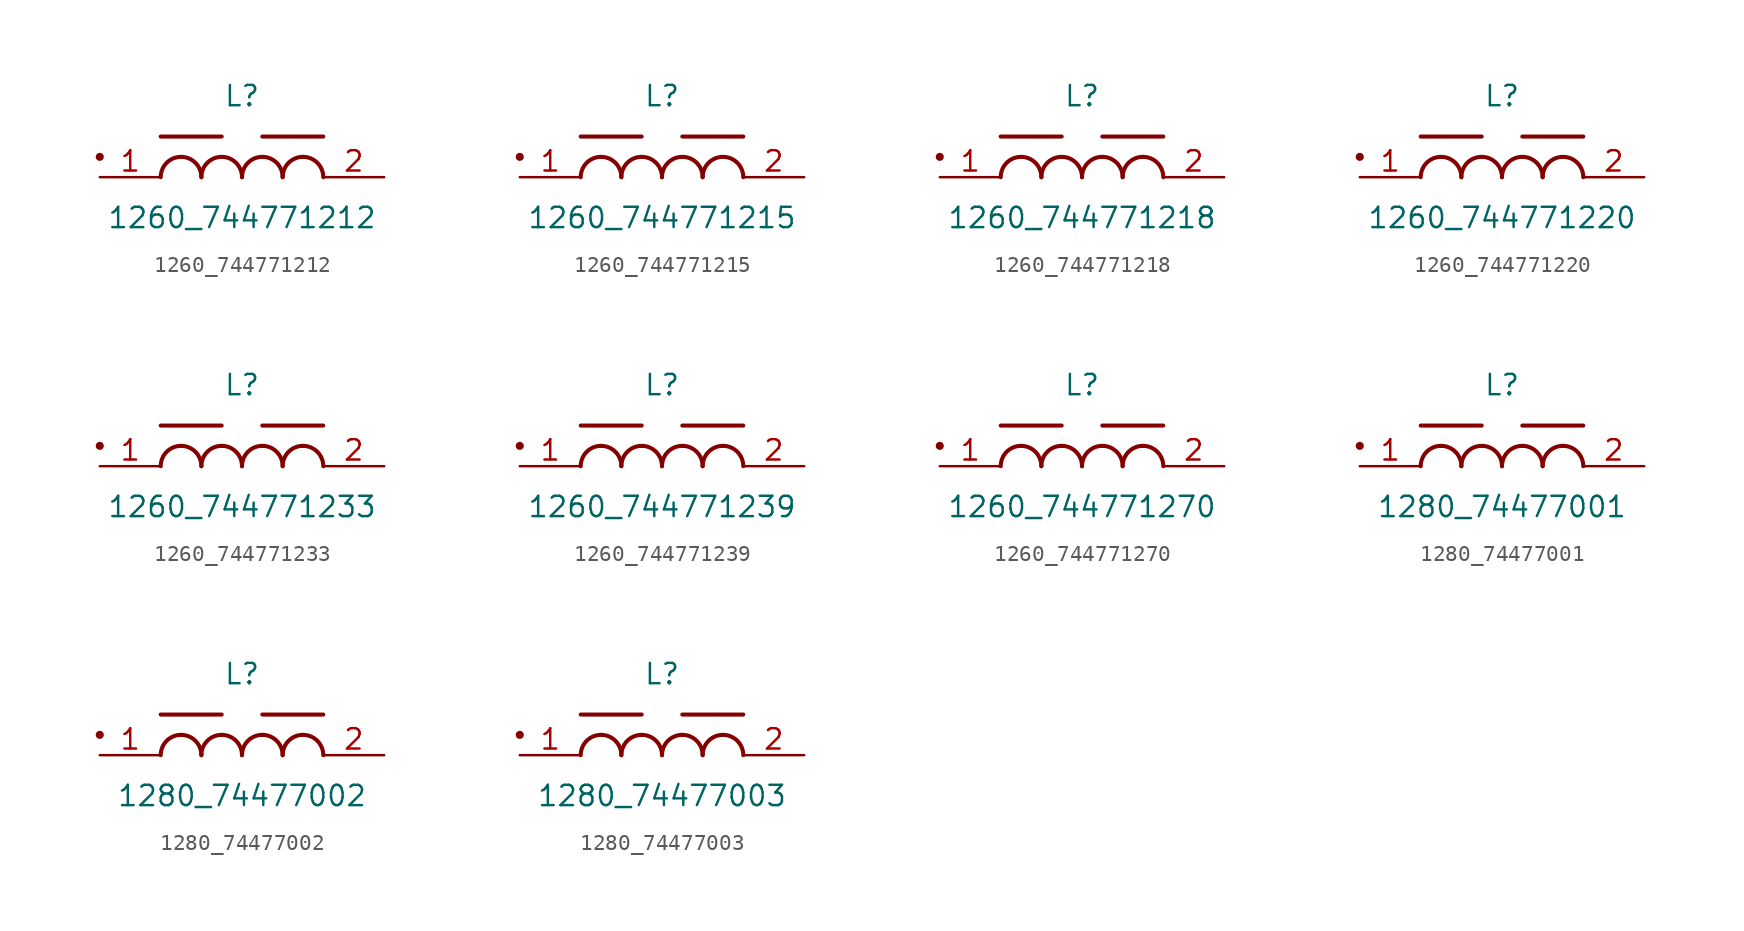
<source format=kicad_sym>
(kicad_symbol_lib
  (version 20211014)
  (generator kicad_symbol_editor)
  (symbol "Inductor_Wurth_WE-PD:1260_744771212"
    (pin_names hide)
    (property "Reference" "L"
      (at 0 5.08 0)
      (effects (font (size 1.27 1.27))))
    (property "Value" "1260_744771212"
      (at 0 -2.54 0)
      (effects (font (size 1.27 1.27))))
    (symbol "1260_744771212_0_1"
      (circle (center -8.89 1.27) (radius 0.0001) (stroke (width 0.254)) (stroke (width 0.254) (type default) (color 0 0 0 0)) (fill (type none)))
      (arc (start -3.81 1.27) (mid -4.708 0.898) (end -5.08 0) (stroke (width 0.254) (type default) (color 0 0 0 0)) (fill (type none)))
      (arc (start -2.54 0) (mid -2.912 0.898) (end -3.81 1.27) (stroke (width 0.254) (type default) (color 0 0 0 0)) (fill (type none)))
      (arc (start -1.2699 1.2701) (mid -2.1679 0.8981) (end -2.5399 0.0001) (stroke (width 0.254) (type default) (color 0 0 0 0)) (fill (type none)))
      (polyline (pts (xy -5.08 2.54) (xy -1.27 2.54)) (stroke (width 0.254) (type default) (color 0 0 0 0)) (fill (type none)))
      (polyline (pts (xy 5.08 2.54) (xy 1.27 2.54)) (stroke (width 0.254) (type default) (color 0 0 0 0)) (fill (type none)))
      (arc (start 0.0001 0.0001) (mid -0.3719 0.8981) (end -1.2699 1.2701) (stroke (width 0.254) (type default) (color 0 0 0 0)) (fill (type none)))
      (arc (start 1.2701 1.2701) (mid 0.3721 0.8981) (end 0.0001 0.0001) (stroke (width 0.254) (type default) (color 0 0 0 0)) (fill (type none)))
      (arc (start 2.5401 0.0001) (mid 2.1681 0.8981) (end 1.2701 1.2701) (stroke (width 0.254) (type default) (color 0 0 0 0)) (fill (type none)))
      (arc (start 3.8101 1.2701) (mid 2.9121 0.8981) (end 2.5401 0.0001) (stroke (width 0.254) (type default) (color 0 0 0 0)) (fill (type none)))
      (arc (start 5.0801 0.0001) (mid 4.7081 0.8981) (end 3.8101 1.2701) (stroke (width 0.254) (type default) (color 0 0 0 0)) (fill (type none))))
    (symbol "1260_744771212_1_1"
      (pin passive line (at -8.89 0 0) (length 3.81) (name "1" (effects (font (size 1.27 1.27)))) (number "1" (effects (font (size 1.27 1.27)))))
      (pin passive line (at 8.89 0 180) (length 3.81) (name "2" (effects (font (size 1.27 1.27)))) (number "2" (effects (font (size 1.27 1.27)))))))
  (symbol "Inductor_Wurth_WE-PD:1260_744771215"
    (pin_names hide)
    (property "Reference" "L"
      (at 0 5.08 0)
      (effects (font (size 1.27 1.27))))
    (property "Value" "1260_744771215"
      (at 0 -2.54 0)
      (effects (font (size 1.27 1.27))))
    (symbol "1260_744771215_0_1"
      (circle (center -8.89 1.27) (radius 0.0001) (stroke (width 0.254)) (stroke (width 0.254) (type default) (color 0 0 0 0)) (fill (type none)))
      (arc (start -3.81 1.27) (mid -4.708 0.898) (end -5.08 0) (stroke (width 0.254) (type default) (color 0 0 0 0)) (fill (type none)))
      (arc (start -2.54 0) (mid -2.912 0.898) (end -3.81 1.27) (stroke (width 0.254) (type default) (color 0 0 0 0)) (fill (type none)))
      (arc (start -1.2699 1.2701) (mid -2.1679 0.8981) (end -2.5399 0.0001) (stroke (width 0.254) (type default) (color 0 0 0 0)) (fill (type none)))
      (polyline (pts (xy -5.08 2.54) (xy -1.27 2.54)) (stroke (width 0.254) (type default) (color 0 0 0 0)) (fill (type none)))
      (polyline (pts (xy 5.08 2.54) (xy 1.27 2.54)) (stroke (width 0.254) (type default) (color 0 0 0 0)) (fill (type none)))
      (arc (start 0.0001 0.0001) (mid -0.3719 0.8981) (end -1.2699 1.2701) (stroke (width 0.254) (type default) (color 0 0 0 0)) (fill (type none)))
      (arc (start 1.2701 1.2701) (mid 0.3721 0.8981) (end 0.0001 0.0001) (stroke (width 0.254) (type default) (color 0 0 0 0)) (fill (type none)))
      (arc (start 2.5401 0.0001) (mid 2.1681 0.8981) (end 1.2701 1.2701) (stroke (width 0.254) (type default) (color 0 0 0 0)) (fill (type none)))
      (arc (start 3.8101 1.2701) (mid 2.9121 0.8981) (end 2.5401 0.0001) (stroke (width 0.254) (type default) (color 0 0 0 0)) (fill (type none)))
      (arc (start 5.0801 0.0001) (mid 4.7081 0.8981) (end 3.8101 1.2701) (stroke (width 0.254) (type default) (color 0 0 0 0)) (fill (type none))))
    (symbol "1260_744771215_1_1"
      (pin passive line (at -8.89 0 0) (length 3.81) (name "1" (effects (font (size 1.27 1.27)))) (number "1" (effects (font (size 1.27 1.27)))))
      (pin passive line (at 8.89 0 180) (length 3.81) (name "2" (effects (font (size 1.27 1.27)))) (number "2" (effects (font (size 1.27 1.27)))))))
  (symbol "Inductor_Wurth_WE-PD:1260_744771218"
    (pin_names hide)
    (property "Reference" "L"
      (at 0 5.08 0)
      (effects (font (size 1.27 1.27))))
    (property "Value" "1260_744771218"
      (at 0 -2.54 0)
      (effects (font (size 1.27 1.27))))
    (symbol "1260_744771218_0_1"
      (circle (center -8.89 1.27) (radius 0.0001) (stroke (width 0.254)) (stroke (width 0.254) (type default) (color 0 0 0 0)) (fill (type none)))
      (arc (start -3.81 1.27) (mid -4.708 0.898) (end -5.08 0) (stroke (width 0.254) (type default) (color 0 0 0 0)) (fill (type none)))
      (arc (start -2.54 0) (mid -2.912 0.898) (end -3.81 1.27) (stroke (width 0.254) (type default) (color 0 0 0 0)) (fill (type none)))
      (arc (start -1.2699 1.2701) (mid -2.1679 0.8981) (end -2.5399 0.0001) (stroke (width 0.254) (type default) (color 0 0 0 0)) (fill (type none)))
      (polyline (pts (xy -5.08 2.54) (xy -1.27 2.54)) (stroke (width 0.254) (type default) (color 0 0 0 0)) (fill (type none)))
      (polyline (pts (xy 5.08 2.54) (xy 1.27 2.54)) (stroke (width 0.254) (type default) (color 0 0 0 0)) (fill (type none)))
      (arc (start 0.0001 0.0001) (mid -0.3719 0.8981) (end -1.2699 1.2701) (stroke (width 0.254) (type default) (color 0 0 0 0)) (fill (type none)))
      (arc (start 1.2701 1.2701) (mid 0.3721 0.8981) (end 0.0001 0.0001) (stroke (width 0.254) (type default) (color 0 0 0 0)) (fill (type none)))
      (arc (start 2.5401 0.0001) (mid 2.1681 0.8981) (end 1.2701 1.2701) (stroke (width 0.254) (type default) (color 0 0 0 0)) (fill (type none)))
      (arc (start 3.8101 1.2701) (mid 2.9121 0.8981) (end 2.5401 0.0001) (stroke (width 0.254) (type default) (color 0 0 0 0)) (fill (type none)))
      (arc (start 5.0801 0.0001) (mid 4.7081 0.8981) (end 3.8101 1.2701) (stroke (width 0.254) (type default) (color 0 0 0 0)) (fill (type none))))
    (symbol "1260_744771218_1_1"
      (pin passive line (at -8.89 0 0) (length 3.81) (name "1" (effects (font (size 1.27 1.27)))) (number "1" (effects (font (size 1.27 1.27)))))
      (pin passive line (at 8.89 0 180) (length 3.81) (name "2" (effects (font (size 1.27 1.27)))) (number "2" (effects (font (size 1.27 1.27)))))))
  (symbol "Inductor_Wurth_WE-PD:1260_744771220"
    (pin_names hide)
    (property "Reference" "L"
      (at 0 5.08 0)
      (effects (font (size 1.27 1.27))))
    (property "Value" "1260_744771220"
      (at 0 -2.54 0)
      (effects (font (size 1.27 1.27))))
    (symbol "1260_744771220_0_1"
      (circle (center -8.89 1.27) (radius 0.0001) (stroke (width 0.254)) (stroke (width 0.254) (type default) (color 0 0 0 0)) (fill (type none)))
      (arc (start -3.81 1.27) (mid -4.708 0.898) (end -5.08 0) (stroke (width 0.254) (type default) (color 0 0 0 0)) (fill (type none)))
      (arc (start -2.54 0) (mid -2.912 0.898) (end -3.81 1.27) (stroke (width 0.254) (type default) (color 0 0 0 0)) (fill (type none)))
      (arc (start -1.2699 1.2701) (mid -2.1679 0.8981) (end -2.5399 0.0001) (stroke (width 0.254) (type default) (color 0 0 0 0)) (fill (type none)))
      (polyline (pts (xy -5.08 2.54) (xy -1.27 2.54)) (stroke (width 0.254) (type default) (color 0 0 0 0)) (fill (type none)))
      (polyline (pts (xy 5.08 2.54) (xy 1.27 2.54)) (stroke (width 0.254) (type default) (color 0 0 0 0)) (fill (type none)))
      (arc (start 0.0001 0.0001) (mid -0.3719 0.8981) (end -1.2699 1.2701) (stroke (width 0.254) (type default) (color 0 0 0 0)) (fill (type none)))
      (arc (start 1.2701 1.2701) (mid 0.3721 0.8981) (end 0.0001 0.0001) (stroke (width 0.254) (type default) (color 0 0 0 0)) (fill (type none)))
      (arc (start 2.5401 0.0001) (mid 2.1681 0.8981) (end 1.2701 1.2701) (stroke (width 0.254) (type default) (color 0 0 0 0)) (fill (type none)))
      (arc (start 3.8101 1.2701) (mid 2.9121 0.8981) (end 2.5401 0.0001) (stroke (width 0.254) (type default) (color 0 0 0 0)) (fill (type none)))
      (arc (start 5.0801 0.0001) (mid 4.7081 0.8981) (end 3.8101 1.2701) (stroke (width 0.254) (type default) (color 0 0 0 0)) (fill (type none))))
    (symbol "1260_744771220_1_1"
      (pin passive line (at -8.89 0 0) (length 3.81) (name "1" (effects (font (size 1.27 1.27)))) (number "1" (effects (font (size 1.27 1.27)))))
      (pin passive line (at 8.89 0 180) (length 3.81) (name "2" (effects (font (size 1.27 1.27)))) (number "2" (effects (font (size 1.27 1.27)))))))
  (symbol "Inductor_Wurth_WE-PD:1260_744771233"
    (pin_names hide)
    (property "Reference" "L"
      (at 0 5.08 0)
      (effects (font (size 1.27 1.27))))
    (property "Value" "1260_744771233"
      (at 0 -2.54 0)
      (effects (font (size 1.27 1.27))))
    (symbol "1260_744771233_0_1"
      (circle (center -8.89 1.27) (radius 0.0001) (stroke (width 0.254)) (stroke (width 0.254) (type default) (color 0 0 0 0)) (fill (type none)))
      (arc (start -3.81 1.27) (mid -4.708 0.898) (end -5.08 0) (stroke (width 0.254) (type default) (color 0 0 0 0)) (fill (type none)))
      (arc (start -2.54 0) (mid -2.912 0.898) (end -3.81 1.27) (stroke (width 0.254) (type default) (color 0 0 0 0)) (fill (type none)))
      (arc (start -1.2699 1.2701) (mid -2.1679 0.8981) (end -2.5399 0.0001) (stroke (width 0.254) (type default) (color 0 0 0 0)) (fill (type none)))
      (polyline (pts (xy -5.08 2.54) (xy -1.27 2.54)) (stroke (width 0.254) (type default) (color 0 0 0 0)) (fill (type none)))
      (polyline (pts (xy 5.08 2.54) (xy 1.27 2.54)) (stroke (width 0.254) (type default) (color 0 0 0 0)) (fill (type none)))
      (arc (start 0.0001 0.0001) (mid -0.3719 0.8981) (end -1.2699 1.2701) (stroke (width 0.254) (type default) (color 0 0 0 0)) (fill (type none)))
      (arc (start 1.2701 1.2701) (mid 0.3721 0.8981) (end 0.0001 0.0001) (stroke (width 0.254) (type default) (color 0 0 0 0)) (fill (type none)))
      (arc (start 2.5401 0.0001) (mid 2.1681 0.8981) (end 1.2701 1.2701) (stroke (width 0.254) (type default) (color 0 0 0 0)) (fill (type none)))
      (arc (start 3.8101 1.2701) (mid 2.9121 0.8981) (end 2.5401 0.0001) (stroke (width 0.254) (type default) (color 0 0 0 0)) (fill (type none)))
      (arc (start 5.0801 0.0001) (mid 4.7081 0.8981) (end 3.8101 1.2701) (stroke (width 0.254) (type default) (color 0 0 0 0)) (fill (type none))))
    (symbol "1260_744771233_1_1"
      (pin passive line (at -8.89 0 0) (length 3.81) (name "1" (effects (font (size 1.27 1.27)))) (number "1" (effects (font (size 1.27 1.27)))))
      (pin passive line (at 8.89 0 180) (length 3.81) (name "2" (effects (font (size 1.27 1.27)))) (number "2" (effects (font (size 1.27 1.27)))))))
  (symbol "Inductor_Wurth_WE-PD:1260_744771239"
    (pin_names hide)
    (property "Reference" "L"
      (at 0 5.08 0)
      (effects (font (size 1.27 1.27))))
    (property "Value" "1260_744771239"
      (at 0 -2.54 0)
      (effects (font (size 1.27 1.27))))
    (symbol "1260_744771239_0_1"
      (circle (center -8.89 1.27) (radius 0.0001) (stroke (width 0.254)) (stroke (width 0.254) (type default) (color 0 0 0 0)) (fill (type none)))
      (arc (start -3.81 1.27) (mid -4.708 0.898) (end -5.08 0) (stroke (width 0.254) (type default) (color 0 0 0 0)) (fill (type none)))
      (arc (start -2.54 0) (mid -2.912 0.898) (end -3.81 1.27) (stroke (width 0.254) (type default) (color 0 0 0 0)) (fill (type none)))
      (arc (start -1.2699 1.2701) (mid -2.1679 0.8981) (end -2.5399 0.0001) (stroke (width 0.254) (type default) (color 0 0 0 0)) (fill (type none)))
      (polyline (pts (xy -5.08 2.54) (xy -1.27 2.54)) (stroke (width 0.254) (type default) (color 0 0 0 0)) (fill (type none)))
      (polyline (pts (xy 5.08 2.54) (xy 1.27 2.54)) (stroke (width 0.254) (type default) (color 0 0 0 0)) (fill (type none)))
      (arc (start 0.0001 0.0001) (mid -0.3719 0.8981) (end -1.2699 1.2701) (stroke (width 0.254) (type default) (color 0 0 0 0)) (fill (type none)))
      (arc (start 1.2701 1.2701) (mid 0.3721 0.8981) (end 0.0001 0.0001) (stroke (width 0.254) (type default) (color 0 0 0 0)) (fill (type none)))
      (arc (start 2.5401 0.0001) (mid 2.1681 0.8981) (end 1.2701 1.2701) (stroke (width 0.254) (type default) (color 0 0 0 0)) (fill (type none)))
      (arc (start 3.8101 1.2701) (mid 2.9121 0.8981) (end 2.5401 0.0001) (stroke (width 0.254) (type default) (color 0 0 0 0)) (fill (type none)))
      (arc (start 5.0801 0.0001) (mid 4.7081 0.8981) (end 3.8101 1.2701) (stroke (width 0.254) (type default) (color 0 0 0 0)) (fill (type none))))
    (symbol "1260_744771239_1_1"
      (pin passive line (at -8.89 0 0) (length 3.81) (name "1" (effects (font (size 1.27 1.27)))) (number "1" (effects (font (size 1.27 1.27)))))
      (pin passive line (at 8.89 0 180) (length 3.81) (name "2" (effects (font (size 1.27 1.27)))) (number "2" (effects (font (size 1.27 1.27)))))))
  (symbol "Inductor_Wurth_WE-PD:1260_744771270"
    (pin_names hide)
    (property "Reference" "L"
      (at 0 5.08 0)
      (effects (font (size 1.27 1.27))))
    (property "Value" "1260_744771270"
      (at 0 -2.54 0)
      (effects (font (size 1.27 1.27))))
    (symbol "1260_744771270_0_1"
      (circle (center -8.89 1.27) (radius 0.0001) (stroke (width 0.254)) (stroke (width 0.254) (type default) (color 0 0 0 0)) (fill (type none)))
      (arc (start -3.81 1.27) (mid -4.708 0.898) (end -5.08 0) (stroke (width 0.254) (type default) (color 0 0 0 0)) (fill (type none)))
      (arc (start -2.54 0) (mid -2.912 0.898) (end -3.81 1.27) (stroke (width 0.254) (type default) (color 0 0 0 0)) (fill (type none)))
      (arc (start -1.2699 1.2701) (mid -2.1679 0.8981) (end -2.5399 0.0001) (stroke (width 0.254) (type default) (color 0 0 0 0)) (fill (type none)))
      (polyline (pts (xy -5.08 2.54) (xy -1.27 2.54)) (stroke (width 0.254) (type default) (color 0 0 0 0)) (fill (type none)))
      (polyline (pts (xy 5.08 2.54) (xy 1.27 2.54)) (stroke (width 0.254) (type default) (color 0 0 0 0)) (fill (type none)))
      (arc (start 0.0001 0.0001) (mid -0.3719 0.8981) (end -1.2699 1.2701) (stroke (width 0.254) (type default) (color 0 0 0 0)) (fill (type none)))
      (arc (start 1.2701 1.2701) (mid 0.3721 0.8981) (end 0.0001 0.0001) (stroke (width 0.254) (type default) (color 0 0 0 0)) (fill (type none)))
      (arc (start 2.5401 0.0001) (mid 2.1681 0.8981) (end 1.2701 1.2701) (stroke (width 0.254) (type default) (color 0 0 0 0)) (fill (type none)))
      (arc (start 3.8101 1.2701) (mid 2.9121 0.8981) (end 2.5401 0.0001) (stroke (width 0.254) (type default) (color 0 0 0 0)) (fill (type none)))
      (arc (start 5.0801 0.0001) (mid 4.7081 0.8981) (end 3.8101 1.2701) (stroke (width 0.254) (type default) (color 0 0 0 0)) (fill (type none))))
    (symbol "1260_744771270_1_1"
      (pin passive line (at -8.89 0 0) (length 3.81) (name "1" (effects (font (size 1.27 1.27)))) (number "1" (effects (font (size 1.27 1.27)))))
      (pin passive line (at 8.89 0 180) (length 3.81) (name "2" (effects (font (size 1.27 1.27)))) (number "2" (effects (font (size 1.27 1.27)))))))
  (symbol "Inductor_Wurth_WE-PD:1280_74477001"
    (pin_names hide)
    (property "Reference" "L"
      (at 0 5.08 0)
      (effects (font (size 1.27 1.27))))
    (property "Value" "1280_74477001"
      (at 0 -2.54 0)
      (effects (font (size 1.27 1.27))))
    (symbol "1280_74477001_0_1"
      (circle (center -8.89 1.27) (radius 0.0001) (stroke (width 0.254)) (stroke (width 0.254) (type default) (color 0 0 0 0)) (fill (type none)))
      (arc (start -3.81 1.27) (mid -4.708 0.898) (end -5.08 0) (stroke (width 0.254) (type default) (color 0 0 0 0)) (fill (type none)))
      (arc (start -2.54 0) (mid -2.912 0.898) (end -3.81 1.27) (stroke (width 0.254) (type default) (color 0 0 0 0)) (fill (type none)))
      (arc (start -1.2699 1.2701) (mid -2.1679 0.8981) (end -2.5399 0.0001) (stroke (width 0.254) (type default) (color 0 0 0 0)) (fill (type none)))
      (polyline (pts (xy -5.08 2.54) (xy -1.27 2.54)) (stroke (width 0.254) (type default) (color 0 0 0 0)) (fill (type none)))
      (polyline (pts (xy 5.08 2.54) (xy 1.27 2.54)) (stroke (width 0.254) (type default) (color 0 0 0 0)) (fill (type none)))
      (arc (start 0.0001 0.0001) (mid -0.3719 0.8981) (end -1.2699 1.2701) (stroke (width 0.254) (type default) (color 0 0 0 0)) (fill (type none)))
      (arc (start 1.2701 1.2701) (mid 0.3721 0.8981) (end 0.0001 0.0001) (stroke (width 0.254) (type default) (color 0 0 0 0)) (fill (type none)))
      (arc (start 2.5401 0.0001) (mid 2.1681 0.8981) (end 1.2701 1.2701) (stroke (width 0.254) (type default) (color 0 0 0 0)) (fill (type none)))
      (arc (start 3.8101 1.2701) (mid 2.9121 0.8981) (end 2.5401 0.0001) (stroke (width 0.254) (type default) (color 0 0 0 0)) (fill (type none)))
      (arc (start 5.0801 0.0001) (mid 4.7081 0.8981) (end 3.8101 1.2701) (stroke (width 0.254) (type default) (color 0 0 0 0)) (fill (type none))))
    (symbol "1280_74477001_1_1"
      (pin passive line (at -8.89 0 0) (length 3.81) (name "1" (effects (font (size 1.27 1.27)))) (number "1" (effects (font (size 1.27 1.27)))))
      (pin passive line (at 8.89 0 180) (length 3.81) (name "2" (effects (font (size 1.27 1.27)))) (number "2" (effects (font (size 1.27 1.27)))))))
  (symbol "Inductor_Wurth_WE-PD:1280_74477002"
    (pin_names hide)
    (property "Reference" "L"
      (at 0 5.08 0)
      (effects (font (size 1.27 1.27))))
    (property "Value" "1280_74477002"
      (at 0 -2.54 0)
      (effects (font (size 1.27 1.27))))
    (symbol "1280_74477002_0_1"
      (circle (center -8.89 1.27) (radius 0.0001) (stroke (width 0.254)) (stroke (width 0.254) (type default) (color 0 0 0 0)) (fill (type none)))
      (arc (start -3.81 1.27) (mid -4.708 0.898) (end -5.08 0) (stroke (width 0.254) (type default) (color 0 0 0 0)) (fill (type none)))
      (arc (start -2.54 0) (mid -2.912 0.898) (end -3.81 1.27) (stroke (width 0.254) (type default) (color 0 0 0 0)) (fill (type none)))
      (arc (start -1.2699 1.2701) (mid -2.1679 0.8981) (end -2.5399 0.0001) (stroke (width 0.254) (type default) (color 0 0 0 0)) (fill (type none)))
      (polyline (pts (xy -5.08 2.54) (xy -1.27 2.54)) (stroke (width 0.254) (type default) (color 0 0 0 0)) (fill (type none)))
      (polyline (pts (xy 5.08 2.54) (xy 1.27 2.54)) (stroke (width 0.254) (type default) (color 0 0 0 0)) (fill (type none)))
      (arc (start 0.0001 0.0001) (mid -0.3719 0.8981) (end -1.2699 1.2701) (stroke (width 0.254) (type default) (color 0 0 0 0)) (fill (type none)))
      (arc (start 1.2701 1.2701) (mid 0.3721 0.8981) (end 0.0001 0.0001) (stroke (width 0.254) (type default) (color 0 0 0 0)) (fill (type none)))
      (arc (start 2.5401 0.0001) (mid 2.1681 0.8981) (end 1.2701 1.2701) (stroke (width 0.254) (type default) (color 0 0 0 0)) (fill (type none)))
      (arc (start 3.8101 1.2701) (mid 2.9121 0.8981) (end 2.5401 0.0001) (stroke (width 0.254) (type default) (color 0 0 0 0)) (fill (type none)))
      (arc (start 5.0801 0.0001) (mid 4.7081 0.8981) (end 3.8101 1.2701) (stroke (width 0.254) (type default) (color 0 0 0 0)) (fill (type none))))
    (symbol "1280_74477002_1_1"
      (pin passive line (at -8.89 0 0) (length 3.81) (name "1" (effects (font (size 1.27 1.27)))) (number "1" (effects (font (size 1.27 1.27)))))
      (pin passive line (at 8.89 0 180) (length 3.81) (name "2" (effects (font (size 1.27 1.27)))) (number "2" (effects (font (size 1.27 1.27)))))))
  (symbol "Inductor_Wurth_WE-PD:1280_74477003"
    (pin_names hide)
    (property "Reference" "L"
      (at 0 5.08 0)
      (effects (font (size 1.27 1.27))))
    (property "Value" "1280_74477003"
      (at 0 -2.54 0)
      (effects (font (size 1.27 1.27))))
    (symbol "1280_74477003_0_1"
      (circle (center -8.89 1.27) (radius 0.0001) (stroke (width 0.254)) (stroke (width 0.254) (type default) (color 0 0 0 0)) (fill (type none)))
      (arc (start -3.81 1.27) (mid -4.708 0.898) (end -5.08 0) (stroke (width 0.254) (type default) (color 0 0 0 0)) (fill (type none)))
      (arc (start -2.54 0) (mid -2.912 0.898) (end -3.81 1.27) (stroke (width 0.254) (type default) (color 0 0 0 0)) (fill (type none)))
      (arc (start -1.2699 1.2701) (mid -2.1679 0.8981) (end -2.5399 0.0001) (stroke (width 0.254) (type default) (color 0 0 0 0)) (fill (type none)))
      (polyline (pts (xy -5.08 2.54) (xy -1.27 2.54)) (stroke (width 0.254) (type default) (color 0 0 0 0)) (fill (type none)))
      (polyline (pts (xy 5.08 2.54) (xy 1.27 2.54)) (stroke (width 0.254) (type default) (color 0 0 0 0)) (fill (type none)))
      (arc (start 0.0001 0.0001) (mid -0.3719 0.8981) (end -1.2699 1.2701) (stroke (width 0.254) (type default) (color 0 0 0 0)) (fill (type none)))
      (arc (start 1.2701 1.2701) (mid 0.3721 0.8981) (end 0.0001 0.0001) (stroke (width 0.254) (type default) (color 0 0 0 0)) (fill (type none)))
      (arc (start 2.5401 0.0001) (mid 2.1681 0.8981) (end 1.2701 1.2701) (stroke (width 0.254) (type default) (color 0 0 0 0)) (fill (type none)))
      (arc (start 3.8101 1.2701) (mid 2.9121 0.8981) (end 2.5401 0.0001) (stroke (width 0.254) (type default) (color 0 0 0 0)) (fill (type none)))
      (arc (start 5.0801 0.0001) (mid 4.7081 0.8981) (end 3.8101 1.2701) (stroke (width 0.254) (type default) (color 0 0 0 0)) (fill (type none))))
    (symbol "1280_74477003_1_1"
      (pin passive line (at -8.89 0 0) (length 3.81) (name "1" (effects (font (size 1.27 1.27)))) (number "1" (effects (font (size 1.27 1.27)))))
      (pin passive line (at 8.89 0 180) (length 3.81) (name "2" (effects (font (size 1.27 1.27)))) (number "2" (effects (font (size 1.27 1.27))))))))
</source>
